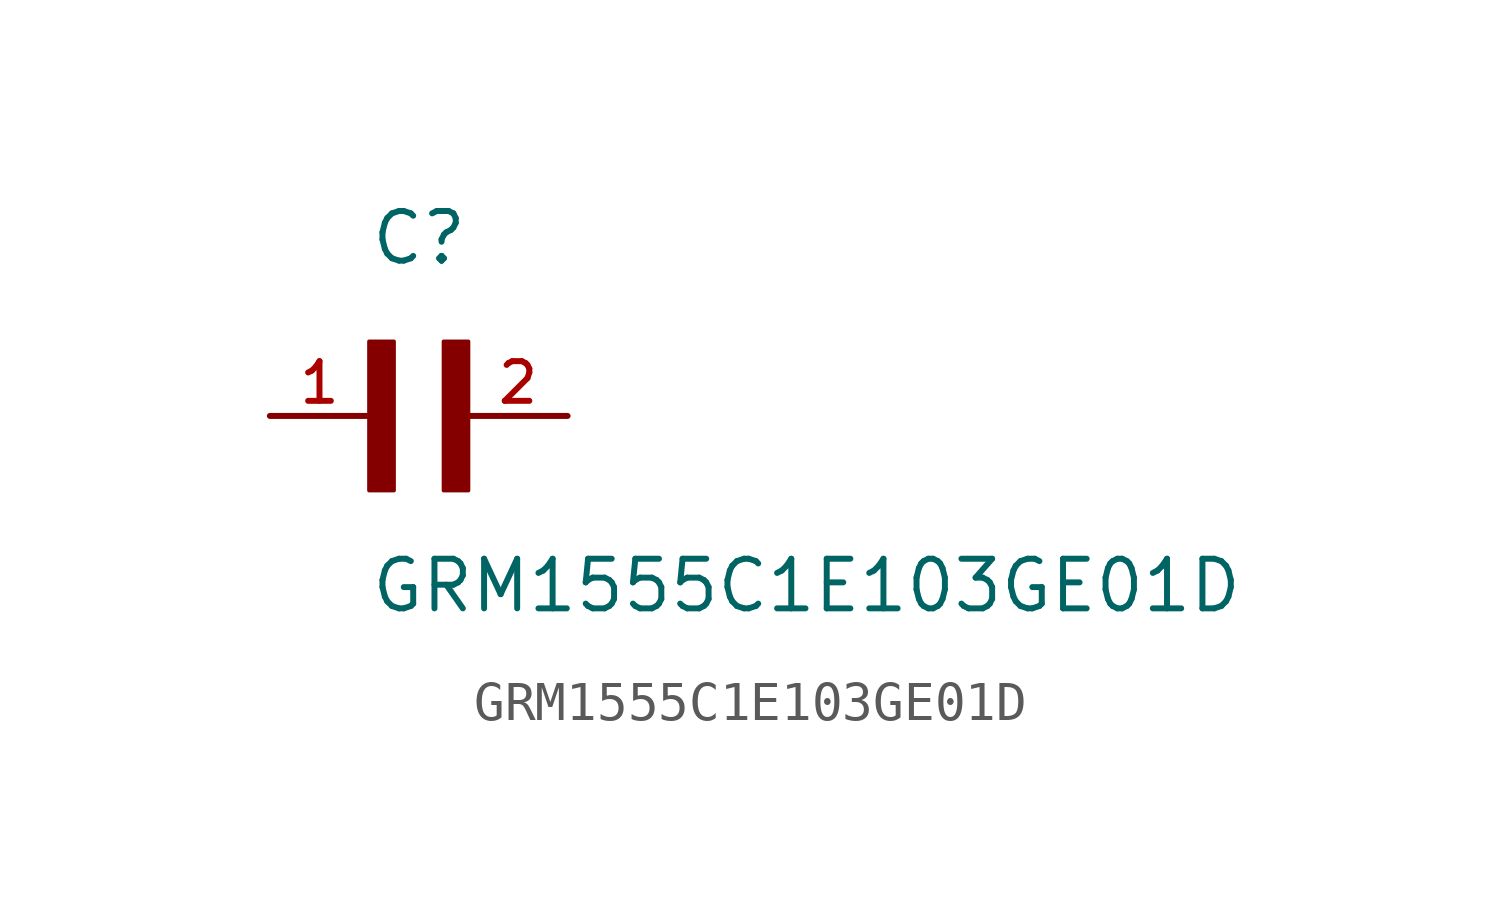
<source format=kicad_sym>
(kicad_symbol_lib
  (version 20211014)
  (generator kicad_symbol_editor)
  (symbol "GRM1555C1E103GE01D"
    (pin_names
      (offset 1.016))
    (property "Reference" "C"
      (at 0.0 3.811 0)
      (effects (font (size 1.27 1.27)) (justify bottom left)))
    (property "Value" "GRM1555C1E103GE01D"
      (at 0.0 -5.088 0)
      (effects (font (size 1.27 1.27)) (justify bottom left)))
    (symbol "GRM1555C1E103GE01D_0_0"
      (rectangle (start 0.0 -1.907) (end 0.635 1.905) (stroke (width 0.1)) (fill (type outline)))
      (rectangle (start 1.907 -1.907) (end 2.54 1.905) (stroke (width 0.1)) (fill (type outline)))
      (pin passive line (at 5.08 0.0 180.0) (length 2.54) (name "~" (effects (font (size 1.016 1.016)))) (number "2" (effects (font (size 1.016 1.016)))))
      (pin passive line (at -2.54 0.0 0) (length 2.54) (name "~" (effects (font (size 1.016 1.016)))) (number "1" (effects (font (size 1.016 1.016))))))))
</source>
